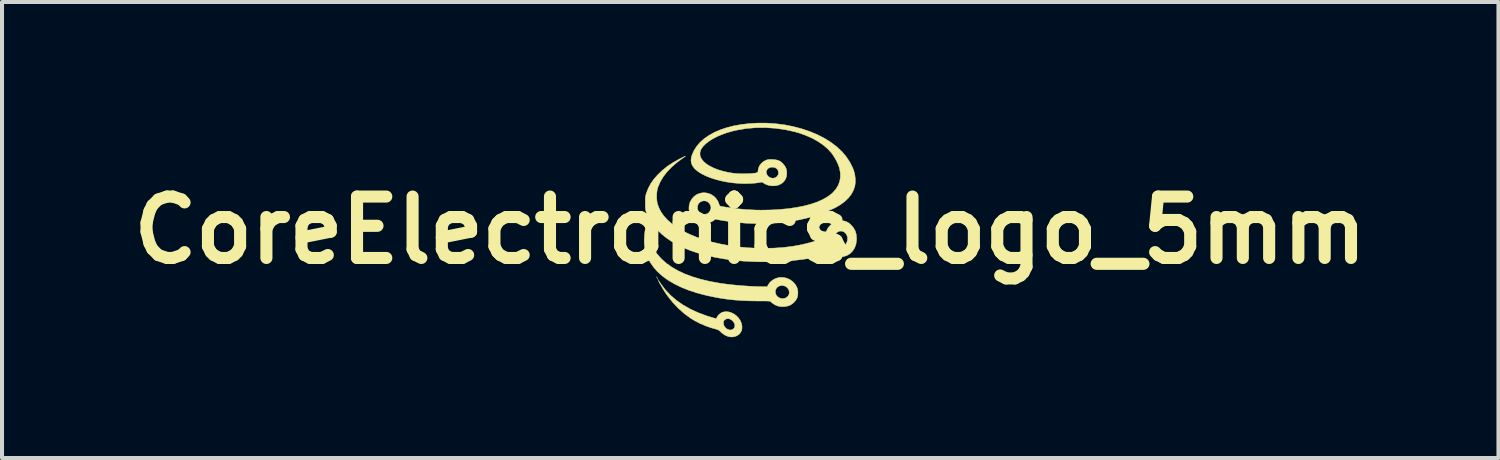
<source format=kicad_pcb>
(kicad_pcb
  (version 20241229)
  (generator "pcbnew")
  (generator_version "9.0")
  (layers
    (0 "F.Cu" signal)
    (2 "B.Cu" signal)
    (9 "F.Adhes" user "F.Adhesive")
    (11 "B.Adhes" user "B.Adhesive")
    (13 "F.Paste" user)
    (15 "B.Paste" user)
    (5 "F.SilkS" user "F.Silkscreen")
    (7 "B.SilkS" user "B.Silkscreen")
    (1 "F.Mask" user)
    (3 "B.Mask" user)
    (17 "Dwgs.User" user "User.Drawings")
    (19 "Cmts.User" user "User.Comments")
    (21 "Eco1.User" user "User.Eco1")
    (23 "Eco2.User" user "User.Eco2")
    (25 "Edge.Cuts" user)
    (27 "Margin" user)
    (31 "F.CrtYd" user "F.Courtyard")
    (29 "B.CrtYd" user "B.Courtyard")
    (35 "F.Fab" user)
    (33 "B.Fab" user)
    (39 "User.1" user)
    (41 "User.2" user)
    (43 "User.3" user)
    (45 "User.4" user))
  (footprint "CoreElectronics_logo_5mm"
    (layer "F.Cu")
    (at 15.574 2.664)
    (property "Reference" "CoreElectronics_logo_5mm" (at 0 0 0) (layer "F.SilkS") (effects (font (size 1.524 1.524) (thickness 0.3))))
    (attr through_hole)
    (fp_poly (pts (xy -2.316 1.163) (xy -2.322 1.168) (xy -2.327 1.163) (xy -2.322 1.158) (xy -2.316 1.163)) (stroke (width 0.01) (type solid)) (fill yes) (layer "F.SilkS"))
    (fp_poly (pts (xy -2.306 1.184) (xy -2.311 1.189) (xy -2.316 1.184) (xy -2.311 1.179) (xy -2.306 1.184)) (stroke (width 0.01) (type solid)) (fill yes) (layer "F.SilkS"))
    (fp_poly (pts (xy -2.296 1.204) (xy -2.301 1.209) (xy -2.306 1.204) (xy -2.301 1.199) (xy -2.296 1.204)) (stroke (width 0.01) (type solid)) (fill yes) (layer "F.SilkS"))
    (fp_poly (pts (xy -2.286 1.224) (xy -2.291 1.229) (xy -2.296 1.224) (xy -2.291 1.219) (xy -2.286 1.224)) (stroke (width 0.01) (type solid)) (fill yes) (layer "F.SilkS"))
    (fp_poly (pts (xy -2.276 1.25) (xy -2.26 1.273) (xy -2.237 1.305) (xy -2.216 1.336) (xy -2.105 1.483) (xy -1.977 1.618) (xy -1.832 1.742) (xy -1.67 1.855) (xy -1.492 1.956) (xy -1.297 2.046) (xy -1.085 2.125) (xy -0.996 2.153) (xy -0.945 2.168) (xy -0.902 2.181) (xy -0.868 2.19) (xy -0.849 2.194) (xy -0.847 2.195) (xy -0.836 2.186) (xy -0.829 2.169) (xy -0.812 2.135) (xy -0.782 2.099) (xy -0.744 2.067) (xy -0.704 2.042) (xy -0.689 2.036) (xy -0.616 2.022) (xy -0.543 2.026) (xy -0.472 2.046) (xy -0.405 2.079) (xy -0.344 2.124) (xy -0.291 2.179) (xy -0.248 2.241) (xy -0.219 2.309) (xy -0.204 2.38) (xy -0.206 2.452) (xy -0.213 2.483) (xy -0.239 2.541) (xy -0.28 2.588) (xy -0.334 2.623) (xy -0.396 2.645) (xy -0.464 2.652) (xy -0.536 2.643) (xy -0.556 2.637) (xy -0.633 2.603) (xy -0.707 2.55) (xy -0.738 2.521) (xy -0.767 2.494) (xy -0.793 2.477) (xy -0.823 2.464) (xy -0.864 2.453) (xy -0.987 2.418) (xy -1.118 2.371) (xy -1.248 2.314) (xy -1.27 2.303) (xy -0.665 2.303) (xy -0.665 2.304) (xy -0.656 2.359) (xy -0.628 2.408) (xy -0.586 2.447) (xy -0.567 2.457) (xy -0.516 2.476) (xy -0.471 2.476) (xy -0.43 2.459) (xy -0.4 2.431) (xy -0.386 2.403) (xy -0.381 2.359) (xy -0.393 2.314) (xy -0.419 2.272) (xy -0.454 2.236) (xy -0.496 2.21) (xy -0.541 2.196) (xy -0.584 2.199) (xy -0.609 2.21) (xy -0.635 2.228) (xy -0.637 2.229) (xy -0.655 2.248) (xy -0.663 2.27) (xy -0.665 2.303) (xy -1.27 2.303) (xy -1.372 2.251) (xy -1.478 2.187) (xy -1.636 2.072) (xy -1.786 1.938) (xy -1.926 1.79) (xy -2.055 1.627) (xy -2.126 1.524) (xy -2.145 1.493) (xy -2.168 1.455) (xy -2.193 1.412) (xy -2.218 1.368) (xy -2.241 1.326) (xy -2.261 1.289) (xy -2.276 1.26) (xy -2.284 1.243) (xy -2.284 1.24) (xy -2.276 1.25)) (stroke (width 0.01) (type solid)) (fill yes) (layer "F.SilkS"))
    (fp_poly (pts (xy -2.551 -0.137) (xy -2.54 0.026) (xy -2.511 0.18) (xy -2.463 0.325) (xy -2.397 0.461) (xy -2.314 0.587) (xy -2.212 0.705) (xy -2.092 0.814) (xy -1.954 0.913) (xy -1.799 1.003) (xy -1.625 1.085) (xy -1.433 1.156) (xy -1.224 1.219) (xy -0.996 1.273) (xy -0.751 1.317) (xy -0.584 1.34) (xy -0.456 1.355) (xy -0.32 1.368) (xy -0.179 1.38) (xy -0.04 1.389) (xy 0.093 1.396) (xy 0.216 1.401) (xy 0.31 1.402) (xy 0.422 1.402) (xy 0.446 1.356) (xy 0.49 1.294) (xy 0.549 1.243) (xy 0.62 1.203) (xy 0.699 1.178) (xy 0.748 1.171) (xy 0.834 1.174) (xy 0.917 1.195) (xy 0.995 1.232) (xy 1.064 1.285) (xy 1.121 1.35) (xy 1.156 1.41) (xy 1.176 1.47) (xy 1.184 1.539) (xy 1.181 1.609) (xy 1.167 1.672) (xy 1.16 1.689) (xy 1.123 1.751) (xy 1.071 1.807) (xy 1.009 1.852) (xy 0.983 1.865) (xy 0.916 1.887) (xy 0.84 1.898) (xy 0.763 1.897) (xy 0.691 1.885) (xy 0.68 1.881) (xy 0.626 1.859) (xy 0.573 1.828) (xy 0.529 1.794) (xy 0.514 1.779) (xy 0.508 1.773) (xy 0.5 1.768) (xy 0.489 1.764) (xy 0.471 1.762) (xy 0.445 1.76) (xy 0.408 1.759) (xy 0.357 1.758) (xy 0.292 1.758) (xy 0.208 1.758) (xy 0.199 1.758) (xy -0.016 1.755) (xy -0.215 1.747) (xy -0.405 1.732) (xy -0.589 1.711) (xy -0.773 1.683) (xy -0.839 1.671) (xy -1.082 1.621) (xy -1.308 1.562) (xy -1.362 1.544) (xy 0.623 1.544) (xy 0.636 1.592) (xy 0.664 1.636) (xy 0.703 1.669) (xy 0.752 1.691) (xy 0.805 1.698) (xy 0.857 1.691) (xy 0.894 1.674) (xy 0.936 1.639) (xy 0.96 1.6) (xy 0.969 1.554) (xy 0.969 1.545) (xy 0.96 1.49) (xy 0.934 1.443) (xy 0.894 1.406) (xy 0.845 1.382) (xy 0.788 1.373) (xy 0.771 1.374) (xy 0.716 1.388) (xy 0.673 1.415) (xy 0.643 1.453) (xy 0.626 1.497) (xy 0.623 1.544) (xy -1.362 1.544) (xy -1.517 1.495) (xy -1.708 1.419) (xy -1.882 1.334) (xy -2.039 1.242) (xy -2.178 1.141) (xy -2.299 1.033) (xy -2.401 0.917) (xy -2.486 0.793) (xy -2.552 0.661) (xy -2.599 0.522) (xy -2.622 0.414) (xy -2.63 0.329) (xy -2.631 0.231) (xy -2.625 0.126) (xy -2.613 0.02) (xy -2.595 -0.083) (xy -2.572 -0.176) (xy -2.567 -0.193) (xy -2.552 -0.239) (xy -2.551 -0.137)) (stroke (width 0.01) (type solid)) (fill yes) (layer "F.SilkS"))
    (fp_poly (pts (xy -1.613 -1.834) (xy -1.631 -1.82) (xy -1.66 -1.799) (xy -1.677 -1.787) (xy -1.825 -1.677) (xy -1.955 -1.563) (xy -2.067 -1.446) (xy -2.16 -1.325) (xy -2.234 -1.201) (xy -2.288 -1.076) (xy -2.298 -1.046) (xy -2.313 -0.979) (xy -2.322 -0.901) (xy -2.323 -0.818) (xy -2.318 -0.738) (xy -2.307 -0.667) (xy -2.298 -0.636) (xy -2.259 -0.537) (xy -2.211 -0.447) (xy -2.15 -0.361) (xy -2.074 -0.275) (xy -2.047 -0.248) (xy -1.937 -0.151) (xy -1.808 -0.06) (xy -1.663 0.025) (xy -1.502 0.103) (xy -1.327 0.175) (xy -1.14 0.239) (xy -0.941 0.296) (xy -0.732 0.344) (xy -0.515 0.384) (xy -0.29 0.415) (xy -0.06 0.436) (xy 0.175 0.448) (xy 0.325 0.45) (xy 0.585 0.445) (xy 0.831 0.428) (xy 1.063 0.399) (xy 1.285 0.358) (xy 1.497 0.305) (xy 1.656 0.256) (xy 1.724 0.232) (xy 1.774 0.214) (xy 1.811 0.2) (xy 1.815 0.198) (xy 2.084 0.198) (xy 2.086 0.253) (xy 2.101 0.301) (xy 2.136 0.352) (xy 2.179 0.387) (xy 2.228 0.404) (xy 2.28 0.402) (xy 2.303 0.396) (xy 2.35 0.368) (xy 2.384 0.327) (xy 2.407 0.277) (xy 2.416 0.222) (xy 2.412 0.166) (xy 2.393 0.113) (xy 2.364 0.073) (xy 2.32 0.039) (xy 2.271 0.023) (xy 2.22 0.024) (xy 2.172 0.043) (xy 2.129 0.079) (xy 2.114 0.098) (xy 2.093 0.144) (xy 2.084 0.198) (xy 1.815 0.198) (xy 1.835 0.189) (xy 1.849 0.179) (xy 1.857 0.17) (xy 1.859 0.159) (xy 1.859 0.153) (xy 1.863 0.12) (xy 1.874 0.076) (xy 1.89 0.029) (xy 1.908 -0.015) (xy 1.912 -0.025) (xy 1.946 -0.077) (xy 1.993 -0.128) (xy 2.047 -0.173) (xy 2.101 -0.206) (xy 2.106 -0.209) (xy 2.148 -0.225) (xy 2.187 -0.234) (xy 2.232 -0.237) (xy 2.245 -0.237) (xy 2.324 -0.231) (xy 2.392 -0.21) (xy 2.454 -0.173) (xy 2.505 -0.128) (xy 2.564 -0.058) (xy 2.606 0.018) (xy 2.631 0.101) (xy 2.64 0.194) (xy 2.639 0.248) (xy 2.625 0.347) (xy 2.594 0.435) (xy 2.547 0.511) (xy 2.482 0.577) (xy 2.465 0.591) (xy 2.395 0.631) (xy 2.319 0.654) (xy 2.239 0.66) (xy 2.159 0.649) (xy 2.084 0.621) (xy 2.022 0.581) (xy 2.006 0.57) (xy 1.993 0.566) (xy 1.975 0.57) (xy 1.947 0.581) (xy 1.904 0.595) (xy 1.845 0.613) (xy 1.776 0.632) (xy 1.699 0.651) (xy 1.62 0.669) (xy 1.543 0.685) (xy 1.494 0.695) (xy 1.313 0.724) (xy 1.117 0.747) (xy 0.909 0.766) (xy 0.692 0.778) (xy 0.472 0.785) (xy 0.252 0.785) (xy 0.081 0.781) (xy -0.17 0.768) (xy -0.415 0.745) (xy -0.652 0.713) (xy -0.88 0.672) (xy -1.097 0.624) (xy -1.301 0.567) (xy -1.492 0.503) (xy -1.666 0.433) (xy -1.823 0.355) (xy -1.842 0.344) (xy -1.973 0.266) (xy -2.089 0.186) (xy -2.195 0.1) (xy -2.295 0.006) (xy -2.317 -0.017) (xy -2.41 -0.123) (xy -2.485 -0.231) (xy -2.543 -0.344) (xy -2.582 -0.447) (xy -2.592 -0.48) (xy -2.598 -0.51) (xy -2.602 -0.543) (xy -2.605 -0.584) (xy -2.605 -0.637) (xy -2.605 -0.681) (xy -2.605 -0.743) (xy -2.604 -0.79) (xy -2.601 -0.827) (xy -2.596 -0.858) (xy -2.588 -0.888) (xy -2.577 -0.923) (xy -2.577 -0.925) (xy -2.529 -1.045) (xy -2.468 -1.158) (xy -2.392 -1.267) (xy -2.297 -1.375) (xy -2.292 -1.38) (xy -2.176 -1.49) (xy -2.053 -1.589) (xy -1.917 -1.679) (xy -1.766 -1.763) (xy -1.745 -1.774) (xy -1.698 -1.797) (xy -1.658 -1.817) (xy -1.628 -1.831) (xy -1.611 -1.838) (xy -1.609 -1.839) (xy -1.613 -1.834)) (stroke (width 0.01) (type solid)) (fill yes) (layer "F.SilkS"))
    (fp_poly (pts (xy 0.4 -2.659) (xy 0.626 -2.644) (xy 0.848 -2.616) (xy 1.064 -2.574) (xy 1.273 -2.519) (xy 1.473 -2.452) (xy 1.663 -2.373) (xy 1.84 -2.283) (xy 2.003 -2.181) (xy 2.149 -2.07) (xy 2.162 -2.059) (xy 2.282 -1.945) (xy 2.385 -1.822) (xy 2.472 -1.69) (xy 2.541 -1.553) (xy 2.572 -1.473) (xy 2.597 -1.376) (xy 2.609 -1.276) (xy 2.609 -1.178) (xy 2.597 -1.093) (xy 2.562 -0.99) (xy 2.508 -0.891) (xy 2.436 -0.798) (xy 2.345 -0.711) (xy 2.236 -0.631) (xy 2.111 -0.558) (xy 2.106 -0.556) (xy 1.902 -0.462) (xy 1.684 -0.38) (xy 1.452 -0.311) (xy 1.209 -0.255) (xy 0.956 -0.212) (xy 0.696 -0.182) (xy 0.428 -0.165) (xy 0.156 -0.163) (xy -0.119 -0.174) (xy -0.396 -0.199) (xy -0.544 -0.219) (xy -0.607 -0.228) (xy -0.67 -0.238) (xy -0.727 -0.247) (xy -0.773 -0.255) (xy -0.792 -0.258) (xy -0.867 -0.273) (xy -0.904 -0.243) (xy -0.959 -0.209) (xy -1.027 -0.184) (xy -1.099 -0.169) (xy -1.17 -0.166) (xy -1.222 -0.173) (xy -1.304 -0.203) (xy -1.374 -0.248) (xy -1.433 -0.305) (xy -1.478 -0.372) (xy -1.508 -0.446) (xy -1.522 -0.526) (xy -1.52 -0.566) (xy -1.311 -0.566) (xy -1.304 -0.511) (xy -1.284 -0.463) (xy -1.26 -0.432) (xy -1.216 -0.405) (xy -1.163 -0.392) (xy -1.108 -0.395) (xy -1.057 -0.414) (xy -1.05 -0.417) (xy -1.02 -0.446) (xy -0.994 -0.487) (xy -0.979 -0.532) (xy -0.975 -0.56) (xy -0.98 -0.592) (xy -0.993 -0.628) (xy -0.999 -0.64) (xy -1.032 -0.685) (xy -1.073 -0.713) (xy -1.119 -0.727) (xy -1.167 -0.727) (xy -1.213 -0.715) (xy -1.254 -0.69) (xy -1.286 -0.654) (xy -1.306 -0.607) (xy -1.311 -0.566) (xy -1.52 -0.566) (xy -1.518 -0.607) (xy -1.497 -0.688) (xy -1.486 -0.713) (xy -1.442 -0.786) (xy -1.387 -0.844) (xy -1.324 -0.887) (xy -1.254 -0.915) (xy -1.181 -0.929) (xy -1.107 -0.928) (xy -1.034 -0.913) (xy -0.965 -0.884) (xy -0.901 -0.841) (xy -0.846 -0.785) (xy -0.801 -0.716) (xy -0.772 -0.642) (xy -0.766 -0.624) (xy -0.76 -0.611) (xy -0.75 -0.601) (xy -0.732 -0.594) (xy -0.703 -0.588) (xy -0.66 -0.58) (xy -0.625 -0.575) (xy -0.363 -0.537) (xy -0.111 -0.512) (xy 0.135 -0.5) (xy 0.266 -0.498) (xy 0.508 -0.502) (xy 0.736 -0.515) (xy 0.951 -0.536) (xy 1.152 -0.565) (xy 1.337 -0.602) (xy 1.507 -0.647) (xy 1.66 -0.699) (xy 1.797 -0.76) (xy 1.916 -0.827) (xy 2.017 -0.902) (xy 2.054 -0.936) (xy 2.129 -1.022) (xy 2.184 -1.115) (xy 2.221 -1.214) (xy 2.238 -1.319) (xy 2.236 -1.428) (xy 2.214 -1.541) (xy 2.203 -1.575) (xy 2.175 -1.647) (xy 2.137 -1.727) (xy 2.091 -1.808) (xy 2.043 -1.881) (xy 2.015 -1.92) (xy 1.923 -2.019) (xy 1.814 -2.113) (xy 1.688 -2.199) (xy 1.548 -2.278) (xy 1.394 -2.347) (xy 1.23 -2.407) (xy 1.103 -2.444) (xy 0.865 -2.496) (xy 0.622 -2.53) (xy 0.379 -2.546) (xy 0.137 -2.544) (xy -0.103 -2.523) (xy -0.337 -2.483) (xy -0.444 -2.458) (xy -0.58 -2.419) (xy -0.708 -2.373) (xy -0.827 -2.322) (xy -0.935 -2.265) (xy -1.029 -2.205) (xy -1.109 -2.142) (xy -1.173 -2.077) (xy -1.219 -2.011) (xy -1.229 -1.991) (xy -1.247 -1.928) (xy -1.247 -1.865) (xy -1.227 -1.803) (xy -1.191 -1.743) (xy -1.138 -1.686) (xy -1.069 -1.631) (xy -0.985 -1.581) (xy -0.888 -1.535) (xy -0.779 -1.494) (xy -0.657 -1.459) (xy -0.525 -1.43) (xy -0.441 -1.417) (xy -0.368 -1.409) (xy -0.286 -1.403) (xy -0.199 -1.401) (xy -0.111 -1.401) (xy -0.025 -1.404) (xy 0.053 -1.41) (xy 0.12 -1.417) (xy 0.168 -1.427) (xy 0.398 -1.427) (xy 0.408 -1.396) (xy 0.416 -1.377) (xy 0.447 -1.335) (xy 0.489 -1.306) (xy 0.537 -1.292) (xy 0.587 -1.292) (xy 0.635 -1.309) (xy 0.641 -1.313) (xy 0.677 -1.347) (xy 0.696 -1.387) (xy 0.701 -1.427) (xy 0.692 -1.478) (xy 0.666 -1.519) (xy 0.627 -1.548) (xy 0.575 -1.563) (xy 0.549 -1.565) (xy 0.491 -1.557) (xy 0.447 -1.535) (xy 0.416 -1.5) (xy 0.411 -1.489) (xy 0.399 -1.455) (xy 0.398 -1.427) (xy 0.168 -1.427) (xy 0.171 -1.428) (xy 0.175 -1.429) (xy 0.188 -1.44) (xy 0.193 -1.465) (xy 0.193 -1.472) (xy 0.203 -1.537) (xy 0.23 -1.599) (xy 0.272 -1.655) (xy 0.325 -1.702) (xy 0.388 -1.736) (xy 0.391 -1.737) (xy 0.424 -1.748) (xy 0.455 -1.754) (xy 0.49 -1.757) (xy 0.537 -1.756) (xy 0.554 -1.755) (xy 0.627 -1.749) (xy 0.686 -1.736) (xy 0.736 -1.714) (xy 0.781 -1.681) (xy 0.817 -1.645) (xy 0.864 -1.585) (xy 0.893 -1.524) (xy 0.907 -1.454) (xy 0.908 -1.407) (xy 0.899 -1.328) (xy 0.872 -1.259) (xy 0.83 -1.201) (xy 0.774 -1.154) (xy 0.706 -1.121) (xy 0.627 -1.102) (xy 0.539 -1.1) (xy 0.538 -1.1) (xy 0.473 -1.109) (xy 0.411 -1.128) (xy 0.357 -1.152) (xy 0.32 -1.178) (xy 0.308 -1.188) (xy 0.295 -1.192) (xy 0.276 -1.191) (xy 0.244 -1.186) (xy 0.224 -1.182) (xy 0.183 -1.176) (xy 0.129 -1.169) (xy 0.069 -1.164) (xy 0.01 -1.16) (xy -0.137 -1.156) (xy -0.286 -1.161) (xy -0.436 -1.175) (xy -0.583 -1.196) (xy -0.726 -1.225) (xy -0.862 -1.261) (xy -0.99 -1.302) (xy -1.106 -1.349) (xy -1.21 -1.401) (xy -1.299 -1.458) (xy -1.37 -1.518) (xy -1.386 -1.534) (xy -1.433 -1.598) (xy -1.462 -1.664) (xy -1.471 -1.733) (xy -1.462 -1.809) (xy -1.448 -1.859) (xy -1.398 -1.974) (xy -1.33 -2.081) (xy -1.245 -2.181) (xy -1.143 -2.272) (xy -1.024 -2.354) (xy -0.891 -2.428) (xy -0.743 -2.492) (xy -0.581 -2.546) (xy -0.406 -2.591) (xy -0.219 -2.624) (xy -0.02 -2.647) (xy 0.173 -2.659) (xy 0.4 -2.659)) (stroke (width 0.01) (type solid)) (fill yes) (layer "F.SilkS")))
  (gr_rect
    (start -3 -3)
    (end 34.148 8.32)
    (stroke (width 0.1) (type default))
    (fill no)
    (layer "Edge.Cuts")))
</source>
